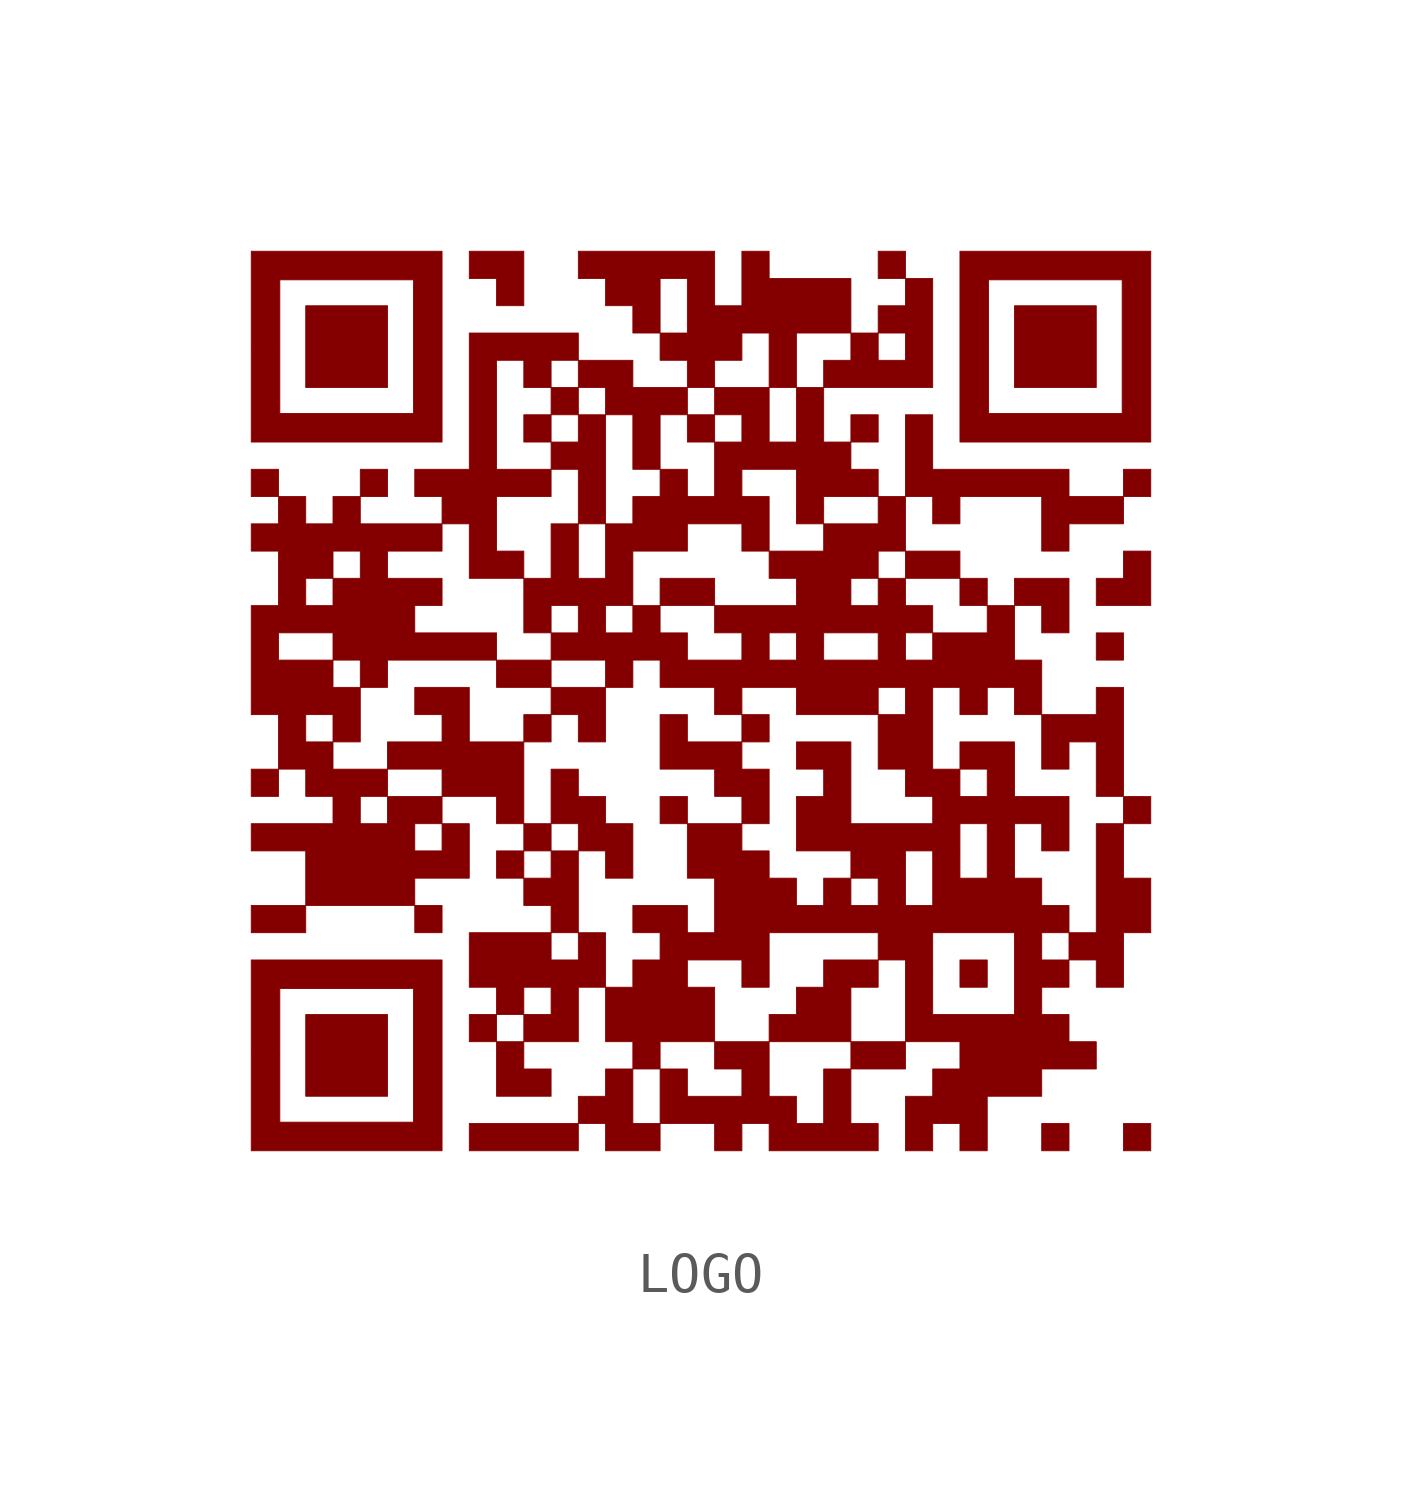
<source format=kicad_sym>
(kicad_symbol_lib
  (version 20220914)
  (generator "bitmap2component")
  (generator_version "9.0")
  (symbol "LOGO"
    (pin_names
      (offset 1.016))
    (property "Reference" "#G"
      (at 0 11.866 0)
      (effects (font (size 1.27 1.27)) hide))
    (symbol "LOGO_0_0"
      (polyline (pts (xy -6.419 -8.784) (xy -6.419 -6.419) (xy -8.784 -6.419) (xy -11.149 -6.419) (xy -11.149 -8.784) (xy -10.44 -8.784) (xy -10.44 -7.128) (xy -8.784 -7.128) (xy -7.128 -7.128) (xy -7.128 -8.784) (xy -7.128 -10.44) (xy -8.784 -10.44) (xy -10.44 -10.44) (xy -10.44 -8.784) (xy -11.149 -8.784) (xy -11.149 -11.149) (xy -8.784 -11.149) (xy -6.419 -11.149) (xy -6.419 -8.784)) (stroke (width 0.01) (type default)) (fill (type outline)))
      (polyline (pts (xy 5.744 -10.811) (xy 5.744 -10.473) (xy 6.081 -10.473) (xy 6.419 -10.473) (xy 6.419 -10.811) (xy 6.419 -11.149) (xy 6.757 -11.149) (xy 7.095 -11.149) (xy 7.095 -10.473) (xy 7.095 -9.798) (xy 7.771 -9.798) (xy 8.446 -9.798) (xy 8.446 -9.46) (xy 8.446 -9.122) (xy 9.122 -9.122) (xy 9.798 -9.122) (xy 9.798 -8.784) (xy 9.798 -8.446) (xy 9.46 -8.446) (xy 9.122 -8.446) (xy 9.122 -8.108) (xy 9.122 -7.771) (xy 8.784 -7.771) (xy 8.446 -7.771) (xy 8.446 -7.433) (xy 8.446 -7.095) (xy 8.784 -7.095) (xy 9.122 -7.095) (xy 9.122 -6.757) (xy 9.122 -6.419) (xy 9.46 -6.419) (xy 9.798 -6.419) (xy 9.798 -6.757) (xy 9.798 -7.095) (xy 10.136 -7.095) (xy 10.473 -7.095) (xy 10.473 -6.419) (xy 10.473 -5.744) (xy 10.811 -5.744) (xy 11.149 -5.744) (xy 11.149 -5.068) (xy 11.149 -4.392) (xy 10.811 -4.392) (xy 10.473 -4.392) (xy 10.473 -3.716) (xy 10.473 -3.041) (xy 10.136 -3.041) (xy 9.798 -3.041) (xy 9.798 -4.392) (xy 9.798 -5.744) (xy 9.46 -5.744) (xy 9.122 -5.744) (xy 9.122 -5.406) (xy 9.122 -5.068) (xy 8.784 -5.068) (xy 8.446 -5.068) (xy 8.446 -4.73) (xy 8.446 -4.392) (xy 8.108 -4.392) (xy 7.771 -4.392) (xy 7.771 -3.716) (xy 7.771 -3.041) (xy 8.108 -3.041) (xy 8.446 -3.041) (xy 8.446 -3.378) (xy 8.446 -3.716) (xy 8.784 -3.716) (xy 9.122 -3.716) (xy 9.122 -3.041) (xy 9.122 -2.365) (xy 8.446 -2.365) (xy 7.771 -2.365) (xy 7.771 -1.689) (xy 7.771 -1.014) (xy 7.095 -1.014) (xy 6.419 -1.014) (xy 6.419 -1.351) (xy 6.419 -1.689) (xy 6.757 -1.689) (xy 7.095 -1.689) (xy 7.095 -2.027) (xy 7.095 -2.365) (xy 6.757 -2.365) (xy 6.419 -2.365) (xy 6.419 -2.027) (xy 6.419 -1.689) (xy 6.081 -1.689) (xy 5.744 -1.689) (xy 5.744 -0.676) (xy 5.744 0.338) (xy 6.081 0.338) (xy 6.419 0.338) (xy 6.419 0) (xy 6.419 -0.338) (xy 6.757 -0.338) (xy 7.095 -0.338) (xy 7.095 0) (xy 7.095 0.338) (xy 7.433 0.338) (xy 7.771 0.338) (xy 7.771 0) (xy 7.771 -0.338) (xy 8.108 -0.338) (xy 8.446 -0.338) (xy 8.446 -1.014) (xy 8.446 -1.689) (xy 8.784 -1.689) (xy 9.122 -1.689) (xy 9.122 -1.351) (xy 9.122 -1.014) (xy 9.46 -1.014) (xy 9.798 -1.014) (xy 9.798 -1.689) (xy 9.798 -2.365) (xy 10.136 -2.365) (xy 10.473 -2.365) (xy 10.473 -2.703) (xy 10.473 -3.041) (xy 10.811 -3.041) (xy 11.149 -3.041) (xy 11.149 -2.703) (xy 11.149 -2.365) (xy 10.811 -2.365) (xy 10.473 -2.365) (xy 10.473 -1.014) (xy 10.473 0.338) (xy 10.136 0.338) (xy 9.798 0.338) (xy 9.798 0) (xy 9.798 -0.338) (xy 9.122 -0.338) (xy 8.446 -0.338) (xy 8.446 0.338) (xy 8.446 1.014) (xy 8.108 1.014) (xy 7.771 1.014) (xy 7.771 1.689) (xy 7.771 2.365) (xy 8.108 2.365) (xy 8.446 2.365) (xy 8.446 2.027) (xy 8.446 1.689) (xy 8.784 1.689) (xy 9.122 1.689) (xy 9.122 2.365) (xy 9.122 3.041) (xy 8.446 3.041) (xy 7.771 3.041) (xy 7.771 2.703) (xy 7.771 2.365) (xy 7.433 2.365) (xy 7.095 2.365) (xy 7.095 2.703) (xy 7.095 3.041) (xy 6.757 3.041) (xy 6.419 3.041) (xy 6.419 3.379) (xy 6.419 3.716) (xy 5.744 3.716) (xy 5.068 3.716) (xy 5.068 4.392) (xy 5.068 5.068) (xy 5.406 5.068) (xy 5.744 5.068) (xy 5.744 4.73) (xy 5.744 4.392) (xy 6.081 4.392) (xy 6.419 4.392) (xy 6.419 4.73) (xy 6.419 5.068) (xy 7.433 5.068) (xy 8.446 5.068) (xy 8.446 4.392) (xy 8.446 3.716) (xy 8.784 3.716) (xy 9.122 3.716) (xy 9.122 4.054) (xy 9.122 4.392) (xy 9.798 4.392) (xy 10.473 4.392) (xy 10.473 4.73) (xy 10.473 5.068) (xy 9.798 5.068) (xy 9.122 5.068) (xy 9.122 5.406) (xy 9.122 5.744) (xy 7.433 5.744) (xy 5.744 5.744) (xy 5.744 6.419) (xy 5.744 7.095) (xy 5.406 7.095) (xy 5.068 7.095) (xy 5.068 6.081) (xy 5.068 5.068) (xy 4.73 5.068) (xy 4.392 5.068) (xy 4.392 5.406) (xy 4.392 5.744) (xy 4.054 5.744) (xy 3.716 5.744) (xy 3.716 6.081) (xy 3.716 6.419) (xy 3.378 6.419) (xy 3.041 6.419) (xy 3.041 7.095) (xy 3.041 7.771) (xy 2.703 7.771) (xy 2.365 7.771) (xy 2.365 8.446) (xy 2.365 9.122) (xy 3.041 9.122) (xy 3.716 9.122) (xy 3.716 8.784) (xy 4.392 8.784) (xy 4.392 9.122) (xy 4.73 9.122) (xy 5.068 9.122) (xy 5.068 8.784) (xy 5.068 8.446) (xy 4.73 8.446) (xy 4.392 8.446) (xy 4.392 8.784) (xy 3.716 8.784) (xy 3.716 8.446) (xy 3.378 8.446) (xy 3.041 8.446) (xy 3.041 8.108) (xy 3.041 7.771) (xy 4.392 7.771) (xy 5.744 7.771) (xy 5.744 9.122) (xy 5.744 10.473) (xy 5.406 10.473) (xy 5.068 10.473) (xy 5.068 10.811) (xy 5.068 11.149) (xy 4.73 11.149) (xy 4.392 11.149) (xy 4.392 10.811) (xy 4.392 10.473) (xy 4.73 10.473) (xy 5.068 10.473) (xy 5.068 10.136) (xy 5.068 9.798) (xy 4.73 9.798) (xy 4.392 9.798) (xy 4.392 9.46) (xy 4.392 9.122) (xy 4.054 9.122) (xy 3.716 9.122) (xy 3.716 9.798) (xy 3.716 10.473) (xy 2.703 10.473) (xy 1.689 10.473) (xy 1.689 10.811) (xy 1.689 11.149) (xy 1.351 11.149) (xy 1.014 11.149) (xy 1.014 10.473) (xy 1.014 9.798) (xy 0.676 9.798) (xy 0.338 9.798) (xy 0.338 10.473) (xy 0.338 11.149) (xy -1.351 11.149) (xy -3.041 11.149) (xy -3.041 10.811) (xy -3.041 10.473) (xy -2.703 10.473) (xy -2.365 10.473) (xy -2.365 10.136) (xy -2.365 9.798) (xy -2.027 9.798) (xy -1.689 9.798) (xy -1.014 9.798) (xy -1.014 10.473) (xy -0.676 10.473) (xy -0.338 10.473) (xy -0.338 9.798) (xy -0.338 9.122) (xy -0.676 9.122) (xy -1.014 9.122) (xy -1.014 9.798) (xy -1.689 9.798) (xy -1.689 9.46) (xy -1.689 9.122) (xy -1.351 9.122) (xy -1.014 9.122) (xy -1.014 8.784) (xy -1.014 8.446) (xy -0.676 8.446) (xy -0.338 8.446) (xy -0.338 8.108) (xy -0.338 7.771) (xy 0 7.771) (xy 0.338 7.771) (xy 0.338 8.108) (xy 0.338 8.446) (xy 0.676 8.446) (xy 1.014 8.446) (xy 1.014 8.784) (xy 1.014 9.122) (xy 1.351 9.122) (xy 1.689 9.122) (xy 1.689 8.446) (xy 1.689 7.771) (xy 2.027 7.771) (xy 2.365 7.771) (xy 2.365 7.095) (xy 2.365 6.419) (xy 2.027 6.419) (xy 1.689 6.419) (xy 1.689 7.095) (xy 1.689 7.771) (xy 1.014 7.771) (xy 0.338 7.771) (xy 0.338 7.433) (xy 0.338 7.095) (xy 0.676 7.095) (xy 1.014 7.095) (xy 1.014 6.757) (xy 1.014 6.419) (xy 0.676 6.419) (xy 0.338 6.419) (xy 0.338 5.744) (xy 0.338 5.068) (xy 1.014 5.068) (xy 1.014 5.406) (xy 1.014 5.744) (xy 1.689 5.744) (xy 2.365 5.744) (xy 2.365 5.068) (xy 2.365 4.73) (xy 3.041 4.73) (xy 3.041 5.068) (xy 3.716 5.068) (xy 4.392 5.068) (xy 4.392 4.73) (xy 4.392 4.392) (xy 3.716 4.392) (xy 3.041 4.392) (xy 3.041 4.73) (xy 2.365 4.73) (xy 2.365 4.392) (xy 2.703 4.392) (xy 3.041 4.392) (xy 3.041 4.054) (xy 3.041 3.716) (xy 2.365 3.716) (xy 1.689 3.716) (xy 1.689 4.392) (xy 1.689 5.068) (xy 1.351 5.068) (xy 1.014 5.068) (xy 0.338 5.068) (xy 0 5.068) (xy -0.338 5.068) (xy -0.338 5.406) (xy -0.338 5.744) (xy -0.676 5.744) (xy -1.014 5.744) (xy -1.014 5.406) (xy -1.014 5.068) (xy -1.351 5.068) (xy -1.689 5.068) (xy -1.689 4.73) (xy -1.689 4.392) (xy -2.027 4.392) (xy -2.365 4.392) (xy -2.365 3.716) (xy -2.365 3.041) (xy -2.703 3.041) (xy -3.041 3.041) (xy -3.041 3.716) (xy -3.041 4.392) (xy -3.379 4.392) (xy -3.716 4.392) (xy -3.716 3.716) (xy -3.716 3.041) (xy -4.054 3.041) (xy -4.392 3.041) (xy -4.392 3.379) (xy -4.392 3.716) (xy -4.73 3.716) (xy -5.068 3.716) (xy -5.068 4.392) (xy -5.068 5.068) (xy -4.392 5.068) (xy -3.716 5.068) (xy -3.716 5.406) (xy -3.716 5.744) (xy -4.392 5.744) (xy -5.068 5.744) (xy -5.068 7.095) (xy -5.068 8.446) (xy -4.73 8.446) (xy -4.392 8.446) (xy -4.392 8.108) (xy -4.392 7.771) (xy -4.054 7.771) (xy -3.716 7.771) (xy -3.716 8.108) (xy -3.716 8.446) (xy -3.379 8.446) (xy -3.041 8.446) (xy -3.041 8.108) (xy -3.041 7.771) (xy -2.703 7.771) (xy -2.365 7.771) (xy -2.365 7.433) (xy -2.365 7.095) (xy -2.027 7.095) (xy -1.689 7.095) (xy -1.689 6.419) (xy -1.689 5.744) (xy -1.351 5.744) (xy -1.014 5.744) (xy -1.014 6.419) (xy -1.014 7.095) (xy -0.676 7.095) (xy -0.338 7.095) (xy -0.338 7.433) (xy -0.338 7.771) (xy -1.014 7.771) (xy -1.689 7.771) (xy -1.689 8.108) (xy -1.689 8.446) (xy -2.365 8.446) (xy -3.041 8.446) (xy -3.041 8.784) (xy -3.041 9.122) (xy -4.392 9.122) (xy -5.744 9.122) (xy -5.744 7.433) (xy -5.744 5.744) (xy -6.419 5.744) (xy -7.095 5.744) (xy -7.095 5.406) (xy -7.095 5.068) (xy -6.757 5.068) (xy -6.419 5.068) (xy -6.419 4.73) (xy -6.419 4.392) (xy -7.433 4.392) (xy -8.446 4.392) (xy -8.446 4.73) (xy -8.446 5.068) (xy -8.784 5.068) (xy -9.122 5.068) (xy -9.122 4.73) (xy -9.122 4.392) (xy -9.46 4.392) (xy -9.798 4.392) (xy -9.798 4.73) (xy -9.798 5.068) (xy -10.136 5.068) (xy -10.473 5.068) (xy -10.473 5.406) (xy -10.473 5.744) (xy -10.811 5.744) (xy -11.149 5.744) (xy -11.149 5.406) (xy -11.149 5.068) (xy -10.811 5.068) (xy -10.473 5.068) (xy -10.473 4.73) (xy -10.473 4.392) (xy -10.811 4.392) (xy -11.149 4.392) (xy -11.149 4.054) (xy -11.149 3.716) (xy -10.811 3.716) (xy -10.473 3.716) (xy -10.473 3.379) (xy -9.122 3.379) (xy -9.122 3.716) (xy -8.784 3.716) (xy -8.446 3.716) (xy -8.446 3.379) (xy -8.446 3.041) (xy -8.784 3.041) (xy -9.122 3.041) (xy -9.122 3.379) (xy -10.473 3.379) (xy -10.473 3.041) (xy -10.473 2.703) (xy -9.798 2.703) (xy -9.798 3.041) (xy -9.46 3.041) (xy -9.122 3.041) (xy -9.122 2.703) (xy -9.122 2.365) (xy -9.46 2.365) (xy -9.798 2.365) (xy -9.798 2.703) (xy -10.473 2.703) (xy -10.473 2.365) (xy -10.811 2.365) (xy -11.149 2.365) (xy -11.149 1.014) (xy -11.149 -0.338) (xy -10.811 -0.338) (xy -10.473 -0.338) (xy -10.473 -1.014) (xy -10.473 -1.689) (xy -10.811 -1.689) (xy -11.149 -1.689) (xy -11.149 -2.027) (xy -11.149 -2.365) (xy -10.811 -2.365) (xy -10.473 -2.365) (xy -10.473 -2.027) (xy -10.473 -1.689) (xy -10.136 -1.689) (xy -9.798 -1.689) (xy -9.798 -2.027) (xy -9.798 -2.365) (xy -9.46 -2.365) (xy -9.122 -2.365) (xy -9.122 -2.703) (xy -8.446 -2.703) (xy -8.446 -2.365) (xy -8.108 -2.365) (xy -7.771 -2.365) (xy -7.771 -2.703) (xy -7.771 -3.041) (xy -8.108 -3.041) (xy -8.446 -3.041) (xy -8.446 -2.703) (xy -9.122 -2.703) (xy -9.122 -3.041) (xy -10.136 -3.041) (xy -11.149 -3.041) (xy -11.149 -3.378) (xy -7.095 -3.378) (xy -7.095 -3.041) (xy -6.757 -3.041) (xy -6.419 -3.041) (xy -6.419 -3.378) (xy -6.419 -3.716) (xy -6.757 -3.716) (xy -7.095 -3.716) (xy -7.095 -3.378) (xy -11.149 -3.378) (xy -11.149 -3.716) (xy -10.473 -3.716) (xy -9.798 -3.716) (xy -9.798 -4.392) (xy -9.798 -5.068) (xy -10.473 -5.068) (xy -11.149 -5.068) (xy -11.149 -5.406) (xy -11.149 -5.744) (xy -10.473 -5.744) (xy -9.798 -5.744) (xy -9.798 -5.406) (xy -9.798 -5.068) (xy -8.446 -5.068) (xy -7.095 -5.068) (xy -7.095 -5.406) (xy -7.095 -5.744) (xy -6.757 -5.744) (xy -6.419 -5.744) (xy -6.419 -5.406) (xy -6.419 -5.068) (xy -6.757 -5.068) (xy -7.095 -5.068) (xy -7.095 -4.73) (xy -7.095 -4.392) (xy -6.419 -4.392) (xy -5.744 -4.392) (xy -5.744 -3.716) (xy -5.744 -3.041) (xy -6.081 -3.041) (xy -6.419 -3.041) (xy -6.419 -2.703) (xy -6.419 -2.365) (xy -5.744 -2.365) (xy -5.068 -2.365) (xy -5.068 -2.703) (xy -5.068 -3.041) (xy -4.73 -3.041) (xy -4.392 -3.041) (xy -4.392 -3.378) (xy -4.392 -3.716) (xy -4.054 -3.716) (xy -3.716 -3.716) (xy -3.716 -3.378) (xy -3.716 -3.041) (xy -4.054 -3.041) (xy -4.392 -3.041) (xy -4.392 -2.027) (xy -4.392 -1.014) (xy -5.068 -1.014) (xy -5.744 -1.014) (xy -5.744 -0.338) (xy -5.744 0.338) (xy -6.419 0.338) (xy -7.095 0.338) (xy -7.095 0) (xy -7.095 -0.338) (xy -6.757 -0.338) (xy -6.419 -0.338) (xy -6.419 -0.676) (xy -6.419 -1.014) (xy -7.095 -1.014) (xy -7.771 -1.014) (xy -7.771 -1.351) (xy -7.771 -1.689) (xy -7.095 -1.689) (xy -6.419 -1.689) (xy -6.419 -2.027) (xy -6.419 -2.365) (xy -7.095 -2.365) (xy -7.771 -2.365) (xy -7.771 -2.027) (xy -7.771 -1.689) (xy -8.446 -1.689) (xy -9.122 -1.689) (xy -9.122 -1.351) (xy -9.122 -1.014) (xy -9.46 -1.014) (xy -9.798 -1.014) (xy -9.798 -0.676) (xy -9.798 -0.338) (xy -9.46 -0.338) (xy -9.122 -0.338) (xy -9.122 -0.676) (xy -9.122 -1.014) (xy -8.784 -1.014) (xy -8.446 -1.014) (xy -8.446 -0.338) (xy -8.446 0.338) (xy -8.784 0.338) (xy -9.122 0.338) (xy -9.122 0.676) (xy -9.122 1.014) (xy -9.798 1.014) (xy -10.473 1.014) (xy -10.473 1.351) (xy -10.473 1.689) (xy -9.798 1.689) (xy -9.122 1.689) (xy -9.122 1.351) (xy -9.122 1.014) (xy -8.784 1.014) (xy -8.446 1.014) (xy -8.446 0.676) (xy -8.446 0.338) (xy -8.108 0.338) (xy -7.771 0.338) (xy -7.771 0.676) (xy -7.771 1.014) (xy -6.419 1.014) (xy -5.068 1.014) (xy -5.068 1.351) (xy -5.068 1.689) (xy -6.081 1.689) (xy -7.095 1.689) (xy -7.095 2.027) (xy -7.095 2.365) (xy -6.757 2.365) (xy -6.419 2.365) (xy -6.419 2.703) (xy -6.419 3.041) (xy -7.095 3.041) (xy -7.771 3.041) (xy -7.771 3.379) (xy -7.771 3.716) (xy -7.095 3.716) (xy -6.419 3.716) (xy -6.419 4.054) (xy -6.419 4.392) (xy -6.081 4.392) (xy -5.744 4.392) (xy -5.744 3.716) (xy -5.744 3.041) (xy -5.068 3.041) (xy -4.392 3.041) (xy -4.392 2.365) (xy -4.392 2.027) (xy -3.716 2.027) (xy -3.716 2.365) (xy -3.379 2.365) (xy -3.041 2.365) (xy -3.041 2.027) (xy -3.041 1.689) (xy -2.365 1.689) (xy -2.365 2.027) (xy -2.365 2.365) (xy -2.027 2.365) (xy -1.689 2.365) (xy -1.689 3.041) (xy -1.689 3.716) (xy -1.014 3.716) (xy -0.338 3.716) (xy -0.338 4.054) (xy -0.338 4.392) (xy 0.338 4.392) (xy 1.014 4.392) (xy 1.014 4.054) (xy 1.014 3.716) (xy 1.351 3.716) (xy 1.689 3.716) (xy 1.689 3.379) (xy 1.689 3.041) (xy 2.027 3.041) (xy 2.365 3.041) (xy 2.365 2.703) (xy 2.365 2.365) (xy 3.716 2.365) (xy 3.716 2.703) (xy 3.716 3.041) (xy 4.054 3.041) (xy 4.392 3.041) (xy 4.392 3.379) (xy 4.392 3.716) (xy 4.73 3.716) (xy 5.068 3.716) (xy 5.068 3.379) (xy 5.068 3.041) (xy 5.744 3.041) (xy 6.419 3.041) (xy 6.419 2.703) (xy 6.419 2.365) (xy 6.757 2.365) (xy 7.095 2.365) (xy 7.095 2.027) (xy 7.095 1.689) (xy 6.419 1.689) (xy 5.744 1.689) (xy 5.744 2.027) (xy 5.744 2.365) (xy 5.406 2.365) (xy 5.068 2.365) (xy 5.068 2.703) (xy 5.068 3.041) (xy 4.73 3.041) (xy 4.392 3.041) (xy 4.392 2.703) (xy 4.392 2.365) (xy 4.054 2.365) (xy 3.716 2.365) (xy 2.365 2.365) (xy 1.351 2.365) (xy 0.338 2.365) (xy 0.338 2.027) (xy 0.338 1.689) (xy 0.676 1.689) (xy 1.014 1.689) (xy 1.014 1.351) (xy 1.689 1.351) (xy 1.689 1.689) (xy 2.027 1.689) (xy 2.365 1.689) (xy 2.365 1.351) (xy 3.041 1.351) (xy 3.041 1.689) (xy 3.716 1.689) (xy 4.392 1.689) (xy 4.392 1.351) (xy 5.068 1.351) (xy 5.068 1.689) (xy 5.406 1.689) (xy 5.744 1.689) (xy 5.744 1.351) (xy 5.744 1.014) (xy 5.406 1.014) (xy 5.068 1.014) (xy 5.068 1.351) (xy 4.392 1.351) (xy 4.392 1.014) (xy 3.716 1.014) (xy 3.041 1.014) (xy 3.041 1.351) (xy 2.365 1.351) (xy 2.365 1.014) (xy 2.027 1.014) (xy 1.689 1.014) (xy 1.689 1.351) (xy 1.014 1.351) (xy 1.014 1.014) (xy 0.338 1.014) (xy -0.338 1.014) (xy -0.338 1.351) (xy -0.338 1.689) (xy -0.676 1.689) (xy -1.014 1.689) (xy -1.014 2.027) (xy -1.014 2.365) (xy -1.351 2.365) (xy -1.689 2.365) (xy -1.689 2.027) (xy -1.689 1.689) (xy -2.027 1.689) (xy -2.365 1.689) (xy -3.041 1.689) (xy -3.379 1.689) (xy -3.716 1.689) (xy -3.716 2.027) (xy -4.392 2.027) (xy -4.392 1.689) (xy -4.054 1.689) (xy -3.716 1.689) (xy -3.716 1.351) (xy -3.716 1.014) (xy -3.041 1.014) (xy -2.365 1.014) (xy -2.365 0.676) (xy -2.365 0.338) (xy -2.027 0.338) (xy -1.689 0.338) (xy -1.689 0.676) (xy -1.689 1.014) (xy -1.351 1.014) (xy -1.014 1.014) (xy -1.014 0.676) (xy -1.014 0.338) (xy -0.338 0.338) (xy 0.338 0.338) (xy 0.338 0) (xy 0.338 -0.338) (xy 0.676 -0.338) (xy 1.014 -0.338) (xy 1.014 0) (xy 1.014 0.338) (xy 1.689 0.338) (xy 2.365 0.338) (xy 2.365 0) (xy 4.392 0) (xy 4.392 0.338) (xy 4.73 0.338) (xy 5.068 0.338) (xy 5.068 0) (xy 5.068 -0.338) (xy 4.73 -0.338) (xy 4.392 -0.338) (xy 4.392 0) (xy 2.365 0) (xy 2.365 -0.338) (xy 3.378 -0.338) (xy 4.392 -0.338) (xy 4.392 -1.014) (xy 4.392 -1.689) (xy 4.73 -1.689) (xy 5.068 -1.689) (xy 5.068 -2.027) (xy 5.068 -2.365) (xy 5.406 -2.365) (xy 5.744 -2.365) (xy 5.744 -2.703) (xy 5.744 -3.041) (xy 4.73 -3.041) (xy 3.716 -3.041) (xy 3.716 -2.027) (xy 3.716 -1.014) (xy 3.041 -1.014) (xy 2.365 -1.014) (xy 2.365 -1.351) (xy 2.365 -1.689) (xy 2.703 -1.689) (xy 3.041 -1.689) (xy 3.041 -2.027) (xy 3.041 -2.365) (xy 2.703 -2.365) (xy 2.365 -2.365) (xy 2.365 -3.041) (xy 2.365 -3.716) (xy 3.041 -3.716) (xy 3.716 -3.716) (xy 3.716 -4.054) (xy 3.716 -4.392) (xy 4.054 -4.392) (xy 4.392 -4.392) (xy 5.068 -4.392) (xy 5.068 -3.716) (xy 5.406 -3.716) (xy 5.744 -3.716) (xy 6.419 -3.716) (xy 6.419 -3.041) (xy 6.757 -3.041) (xy 7.095 -3.041) (xy 7.095 -3.716) (xy 7.095 -4.392) (xy 6.757 -4.392) (xy 6.419 -4.392) (xy 6.419 -3.716) (xy 5.744 -3.716) (xy 5.744 -4.392) (xy 5.744 -5.068) (xy 5.406 -5.068) (xy 5.068 -5.068) (xy 5.068 -4.392) (xy 4.392 -4.392) (xy 4.392 -4.73) (xy 4.392 -5.068) (xy 4.054 -5.068) (xy 3.716 -5.068) (xy 3.716 -4.73) (xy 3.716 -4.392) (xy 3.378 -4.392) (xy 3.041 -4.392) (xy 3.041 -4.73) (xy 3.041 -5.068) (xy 2.703 -5.068) (xy 2.365 -5.068) (xy 2.365 -4.73) (xy 2.365 -4.392) (xy 2.027 -4.392) (xy 1.689 -4.392) (xy 1.689 -4.054) (xy 1.689 -3.716) (xy 1.351 -3.716) (xy 1.014 -3.716) (xy 1.014 -3.378) (xy 1.014 -3.041) (xy 0.338 -3.041) (xy -0.338 -3.041) (xy -0.338 -3.716) (xy -0.338 -4.392) (xy 0 -4.392) (xy 0.338 -4.392) (xy 0.338 -5.068) (xy 0.338 -5.744) (xy 0 -5.744) (xy -0.338 -5.744) (xy -0.338 -5.406) (xy -0.338 -5.068) (xy -1.014 -5.068) (xy -1.689 -5.068) (xy -1.689 -5.406) (xy -1.689 -5.744) (xy -1.351 -5.744) (xy -1.014 -5.744) (xy -1.014 -6.081) (xy -1.014 -6.419) (xy -1.351 -6.419) (xy -1.689 -6.419) (xy -1.689 -6.757) (xy -1.689 -7.095) (xy -2.027 -7.095) (xy -2.365 -7.095) (xy -2.365 -6.419) (xy -2.365 -5.744) (xy -2.703 -5.744) (xy -3.041 -5.744) (xy -3.041 -6.081) (xy -3.041 -6.419) (xy -3.379 -6.419) (xy -3.716 -6.419) (xy -3.716 -6.081) (xy -3.716 -5.744) (xy -4.73 -5.744) (xy -5.744 -5.744) (xy -5.744 -6.419) (xy -5.744 -7.095) (xy -5.406 -7.095) (xy -5.068 -7.095) (xy -5.068 -7.433) (xy -4.392 -7.433) (xy -4.392 -7.095) (xy -4.054 -7.095) (xy -3.716 -7.095) (xy -3.716 -7.433) (xy -3.716 -7.771) (xy -4.054 -7.771) (xy -4.392 -7.771) (xy -4.392 -7.433) (xy -5.068 -7.433) (xy -5.068 -7.771) (xy -5.406 -7.771) (xy -5.744 -7.771) (xy -5.744 -8.108) (xy -5.744 -8.446) (xy -5.406 -8.446) (xy -5.068 -8.446) (xy -5.068 -9.122) (xy -5.068 -9.798) (xy -4.392 -9.798) (xy -3.716 -9.798) (xy -3.716 -9.46) (xy -3.716 -9.122) (xy -4.054 -9.122) (xy -4.392 -9.122) (xy -4.392 -8.784) (xy -4.392 -8.446) (xy -4.73 -8.446) (xy -5.068 -8.446) (xy -5.068 -8.108) (xy -5.068 -7.771) (xy -4.73 -7.771) (xy -4.392 -7.771) (xy -4.392 -8.108) (xy -4.392 -8.446) (xy -3.716 -8.446) (xy -3.041 -8.446) (xy -3.041 -7.771) (xy -3.041 -7.095) (xy -2.703 -7.095) (xy -2.365 -7.095) (xy -2.365 -7.771) (xy -2.365 -8.446) (xy -2.027 -8.446) (xy -1.689 -8.446) (xy -1.689 -8.784) (xy -1.689 -9.122) (xy -1.351 -9.122) (xy -1.014 -9.122) (xy -1.014 -8.784) (xy -1.014 -8.446) (xy -0.338 -8.446) (xy 0.338 -8.446) (xy 0.338 -7.771) (xy 0.338 -7.095) (xy 0 -7.095) (xy -0.338 -7.095) (xy -0.338 -6.757) (xy -0.338 -6.419) (xy 0.338 -6.419) (xy 1.014 -6.419) (xy 1.014 -6.757) (xy 1.014 -7.095) (xy 1.351 -7.095) (xy 1.689 -7.095) (xy 1.689 -6.419) (xy 1.689 -5.744) (xy 3.041 -5.744) (xy 4.392 -5.744) (xy 4.392 -6.081) (xy 4.392 -6.419) (xy 4.73 -6.419) (xy 5.068 -6.419) (xy 5.068 -6.757) (xy 5.744 -6.757) (xy 5.744 -5.744) (xy 6.757 -5.744) (xy 7.771 -5.744) (xy 7.771 -6.081) (xy 8.446 -6.081) (xy 8.446 -5.744) (xy 8.784 -5.744) (xy 9.122 -5.744) (xy 9.122 -6.081) (xy 9.122 -6.419) (xy 8.784 -6.419) (xy 8.446 -6.419) (xy 8.446 -6.081) (xy 7.771 -6.081) (xy 7.771 -6.757) (xy 7.771 -7.771) (xy 6.757 -7.771) (xy 5.744 -7.771) (xy 5.744 -6.757) (xy 5.068 -6.757) (xy 5.068 -7.433) (xy 5.068 -8.446) (xy 4.392 -8.446) (xy 3.716 -8.446) (xy 3.716 -8.784) (xy 3.716 -9.122) (xy 4.392 -9.122) (xy 5.068 -9.122) (xy 5.068 -8.784) (xy 5.068 -8.446) (xy 5.744 -8.446) (xy 6.419 -8.446) (xy 6.419 -8.784) (xy 6.419 -9.122) (xy 6.081 -9.122) (xy 5.744 -9.122) (xy 5.744 -9.46) (xy 5.744 -9.798) (xy 5.406 -9.798) (xy 5.068 -9.798) (xy 5.068 -10.473) (xy 5.068 -11.149) (xy 5.406 -11.149) (xy 5.744 -11.149) (xy 5.744 -10.811)) (stroke (width 0.01) (type default)) (fill (type outline)))
      (polyline (pts (xy 4.392 6.757) (xy 4.392 7.095) (xy 4.054 7.095) (xy 3.716 7.095) (xy 3.716 6.757) (xy 3.716 6.419) (xy 4.054 6.419) (xy 4.392 6.419) (xy 4.392 6.757)) (stroke (width 0.01) (type default)) (fill (type outline)))
      (polyline (pts (xy -7.771 5.406) (xy -7.771 5.744) (xy -8.108 5.744) (xy -8.446 5.744) (xy -8.446 5.406) (xy -8.446 5.068) (xy -8.108 5.068) (xy -7.771 5.068) (xy -7.771 5.406)) (stroke (width 0.01) (type default)) (fill (type outline)))
      (polyline (pts (xy 11.149 5.406) (xy 11.149 5.744) (xy 10.811 5.744) (xy 10.473 5.744) (xy 10.473 5.406) (xy 10.473 5.068) (xy 10.811 5.068) (xy 11.149 5.068) (xy 11.149 5.406)) (stroke (width 0.01) (type default)) (fill (type outline)))
      (polyline (pts (xy -3.041 -4.73) (xy -3.041 -3.716) (xy -3.379 -3.716) (xy -3.716 -3.716) (xy -3.716 -4.054) (xy -3.716 -4.392) (xy -4.054 -4.392) (xy -4.392 -4.392) (xy -4.392 -4.054) (xy -4.392 -3.716) (xy -4.73 -3.716) (xy -5.068 -3.716) (xy -5.068 -4.054) (xy -5.068 -4.392) (xy -4.73 -4.392) (xy -4.392 -4.392) (xy -4.392 -4.73) (xy -4.392 -5.068) (xy -4.054 -5.068) (xy -3.716 -5.068) (xy -3.716 -5.406) (xy -3.716 -5.744) (xy -3.379 -5.744) (xy -3.041 -5.744) (xy -3.041 -4.73)) (stroke (width 0.01) (type default)) (fill (type outline)))
      (polyline (pts (xy -3.041 -10.811) (xy -3.041 -10.473) (xy -2.703 -10.473) (xy -2.365 -10.473) (xy -2.365 -10.811) (xy -2.365 -11.149) (xy -1.689 -11.149) (xy -1.014 -11.149) (xy -1.014 -10.811) (xy -1.014 -10.473) (xy -0.338 -10.473) (xy 0.338 -10.473) (xy 0.338 -10.811) (xy 0.338 -11.149) (xy 0.676 -11.149) (xy 1.014 -11.149) (xy 1.014 -10.811) (xy 1.014 -10.473) (xy 1.351 -10.473) (xy 1.689 -10.473) (xy 1.689 -10.811) (xy 1.689 -11.149) (xy 3.041 -11.149) (xy 4.392 -11.149) (xy 4.392 -10.811) (xy 4.392 -10.473) (xy 4.054 -10.473) (xy 3.716 -10.473) (xy 3.716 -9.798) (xy 3.716 -9.122) (xy 3.378 -9.122) (xy 3.041 -9.122) (xy 3.041 -9.798) (xy 3.041 -10.473) (xy 2.703 -10.473) (xy 2.365 -10.473) (xy 2.365 -10.136) (xy 2.365 -9.798) (xy 2.027 -9.798) (xy 1.689 -9.798) (xy 1.689 -9.122) (xy 1.689 -8.446) (xy 1.014 -8.446) (xy 0.338 -8.446) (xy 0.338 -8.784) (xy 0.338 -9.122) (xy 0.676 -9.122) (xy 1.014 -9.122) (xy 1.014 -9.46) (xy 1.014 -9.798) (xy 0.338 -9.798) (xy -0.338 -9.798) (xy -0.338 -9.46) (xy -0.338 -9.122) (xy -0.676 -9.122) (xy -1.014 -9.122) (xy -1.014 -9.798) (xy -1.014 -10.473) (xy -1.351 -10.473) (xy -1.689 -10.473) (xy -1.689 -9.798) (xy -1.689 -9.122) (xy -2.027 -9.122) (xy -2.365 -9.122) (xy -2.365 -9.46) (xy -2.365 -9.798) (xy -2.703 -9.798) (xy -3.041 -9.798) (xy -3.041 -10.136) (xy -3.041 -10.473) (xy -4.392 -10.473) (xy -5.744 -10.473) (xy -5.744 -10.811) (xy -5.744 -11.149) (xy -4.392 -11.149) (xy -3.041 -11.149) (xy -3.041 -10.811)) (stroke (width 0.01) (type default)) (fill (type outline)))
      (polyline (pts (xy 9.122 -10.811) (xy 9.122 -10.473) (xy 8.784 -10.473) (xy 8.446 -10.473) (xy 8.446 -10.811) (xy 8.446 -11.149) (xy 8.784 -11.149) (xy 9.122 -11.149) (xy 9.122 -10.811)) (stroke (width 0.01) (type default)) (fill (type outline)))
      (polyline (pts (xy 11.149 -10.811) (xy 11.149 -10.473) (xy 10.811 -10.473) (xy 10.473 -10.473) (xy 10.473 -10.811) (xy 10.473 -11.149) (xy 10.811 -11.149) (xy 11.149 -11.149) (xy 11.149 -10.811)) (stroke (width 0.01) (type default)) (fill (type outline)))
      (polyline (pts (xy 10.473 1.351) (xy 10.473 1.689) (xy 10.136 1.689) (xy 9.798 1.689) (xy 9.798 1.351) (xy 9.798 1.014) (xy 10.136 1.014) (xy 10.473 1.014) (xy 10.473 1.351)) (stroke (width 0.01) (type default)) (fill (type outline)))
      (polyline (pts (xy 11.149 3.041) (xy 11.149 3.716) (xy 10.811 3.716) (xy 10.473 3.716) (xy 10.473 3.379) (xy 10.473 3.041) (xy 10.136 3.041) (xy 9.798 3.041) (xy 9.798 2.703) (xy 9.798 2.365) (xy 10.473 2.365) (xy 11.149 2.365) (xy 11.149 3.041)) (stroke (width 0.01) (type default)) (fill (type outline)))
      (polyline (pts (xy -6.419 8.784) (xy -6.419 11.149) (xy -8.784 11.149) (xy -11.149 11.149) (xy -11.149 8.784) (xy -10.44 8.784) (xy -10.44 10.44) (xy -8.784 10.44) (xy -7.128 10.44) (xy -7.128 8.784) (xy -7.128 7.128) (xy -8.784 7.128) (xy -10.44 7.128) (xy -10.44 8.784) (xy -11.149 8.784) (xy -11.149 6.419) (xy -8.784 6.419) (xy -6.419 6.419) (xy -6.419 8.784)) (stroke (width 0.01) (type default)) (fill (type outline)))
      (polyline (pts (xy 11.149 8.784) (xy 11.149 11.149) (xy 8.784 11.149) (xy 6.419 11.149) (xy 6.419 8.784) (xy 7.128 8.784) (xy 7.128 10.44) (xy 8.784 10.44) (xy 10.44 10.44) (xy 10.44 8.784) (xy 10.44 7.128) (xy 8.784 7.128) (xy 7.128 7.128) (xy 7.128 8.784) (xy 6.419 8.784) (xy 6.419 6.419) (xy 8.784 6.419) (xy 11.149 6.419) (xy 11.149 8.784)) (stroke (width 0.01) (type default)) (fill (type outline)))
      (polyline (pts (xy -4.392 10.473) (xy -4.392 11.149) (xy -5.068 11.149) (xy -5.744 11.149) (xy -5.744 10.811) (xy -5.744 10.473) (xy -5.406 10.473) (xy -5.068 10.473) (xy -5.068 10.136) (xy -5.068 9.798) (xy -4.73 9.798) (xy -4.392 9.798) (xy -4.392 10.473)) (stroke (width 0.01) (type default)) (fill (type outline)))
      (polyline (pts (xy -7.771 -8.784) (xy -7.771 -7.771) (xy -8.784 -7.771) (xy -9.798 -7.771) (xy -9.798 -8.784) (xy -9.798 -9.798) (xy -8.784 -9.798) (xy -7.771 -9.798) (xy -7.771 -8.784)) (stroke (width 0.01) (type default)) (fill (type outline)))
      (polyline (pts (xy 3.716 -7.771) (xy 3.716 -7.095) (xy 4.054 -7.095) (xy 4.392 -7.095) (xy 4.392 -6.757) (xy 4.392 -6.419) (xy 3.716 -6.419) (xy 3.041 -6.419) (xy 3.041 -6.757) (xy 3.041 -7.095) (xy 2.703 -7.095) (xy 2.365 -7.095) (xy 2.365 -7.433) (xy 2.365 -7.771) (xy 2.027 -7.771) (xy 1.689 -7.771) (xy 1.689 -8.108) (xy 1.689 -8.446) (xy 2.703 -8.446) (xy 3.716 -8.446) (xy 3.716 -7.771)) (stroke (width 0.01) (type default)) (fill (type outline)))
      (polyline (pts (xy 7.095 -6.757) (xy 7.095 -6.419) (xy 6.757 -6.419) (xy 6.419 -6.419) (xy 6.419 -6.757) (xy 6.419 -7.095) (xy 6.757 -7.095) (xy 7.095 -7.095) (xy 7.095 -6.757)) (stroke (width 0.01) (type default)) (fill (type outline)))
      (polyline (pts (xy -1.689 -3.716) (xy -1.689 -3.041) (xy -2.027 -3.041) (xy -2.365 -3.041) (xy -2.365 -2.703) (xy -2.365 -2.365) (xy -2.703 -2.365) (xy -3.041 -2.365) (xy -3.041 -2.027) (xy -3.041 -1.689) (xy -3.379 -1.689) (xy -3.716 -1.689) (xy -3.716 -2.365) (xy -3.716 -3.041) (xy -3.379 -3.041) (xy -3.041 -3.041) (xy -3.041 -3.378) (xy -3.041 -3.716) (xy -2.703 -3.716) (xy -2.365 -3.716) (xy -2.365 -4.054) (xy -2.365 -4.392) (xy -2.027 -4.392) (xy -1.689 -4.392) (xy -1.689 -3.716)) (stroke (width 0.01) (type default)) (fill (type outline)))
      (polyline (pts (xy -0.338 -2.703) (xy -0.338 -2.365) (xy -0.676 -2.365) (xy -1.014 -2.365) (xy -1.014 -2.703) (xy -1.014 -3.041) (xy -0.676 -3.041) (xy -0.338 -3.041) (xy -0.338 -2.703)) (stroke (width 0.01) (type default)) (fill (type outline)))
      (polyline (pts (xy 1.689 -2.365) (xy 1.689 -1.689) (xy 1.351 -1.689) (xy 1.014 -1.689) (xy 1.014 -1.351) (xy 1.014 -1.014) (xy 0.338 -1.014) (xy -0.338 -1.014) (xy -0.338 -0.676) (xy -0.338 -0.338) (xy -0.676 -0.338) (xy -1.014 -0.338) (xy -1.014 -1.014) (xy -1.014 -1.689) (xy -0.338 -1.689) (xy 0.338 -1.689) (xy 0.338 -2.027) (xy 0.338 -2.365) (xy 0.676 -2.365) (xy 1.014 -2.365) (xy 1.014 -2.703) (xy 1.014 -3.041) (xy 1.351 -3.041) (xy 1.689 -3.041) (xy 1.689 -2.365)) (stroke (width 0.01) (type default)) (fill (type outline)))
      (polyline (pts (xy 1.689 -0.676) (xy 1.689 -0.338) (xy 1.351 -0.338) (xy 1.014 -0.338) (xy 1.014 -0.676) (xy 1.014 -1.014) (xy 1.351 -1.014) (xy 1.689 -1.014) (xy 1.689 -0.676)) (stroke (width 0.01) (type default)) (fill (type outline)))
      (polyline (pts (xy -3.716 -0.676) (xy -3.716 -0.338) (xy -3.379 -0.338) (xy -3.041 -0.338) (xy -3.041 -0.676) (xy -3.041 -1.014) (xy -2.703 -1.014) (xy -2.365 -1.014) (xy -2.365 -0.338) (xy -2.365 0.338) (xy -3.041 0.338) (xy -3.716 0.338) (xy -3.716 0.676) (xy -3.716 1.014) (xy -4.392 1.014) (xy -5.068 1.014) (xy -5.068 0.676) (xy -5.068 0.338) (xy -4.392 0.338) (xy -3.716 0.338) (xy -3.716 0) (xy -3.716 -0.338) (xy -4.054 -0.338) (xy -4.392 -0.338) (xy -4.392 -0.676) (xy -4.392 -1.014) (xy -4.054 -1.014) (xy -3.716 -1.014) (xy -3.716 -0.676)) (stroke (width 0.01) (type default)) (fill (type outline)))
      (polyline (pts (xy -2.365 5.744) (xy -2.365 7.095) (xy -2.703 7.095) (xy -3.041 7.095) (xy -3.041 7.433) (xy -3.041 7.771) (xy -3.379 7.771) (xy -3.716 7.771) (xy -3.716 7.433) (xy -3.716 7.095) (xy -4.054 7.095) (xy -4.392 7.095) (xy -4.392 6.757) (xy -3.716 6.757) (xy -3.716 7.095) (xy -3.379 7.095) (xy -3.041 7.095) (xy -3.041 6.757) (xy -3.041 6.419) (xy -3.379 6.419) (xy -3.716 6.419) (xy -3.716 6.757) (xy -4.392 6.757) (xy -4.392 6.419) (xy -4.054 6.419) (xy -3.716 6.419) (xy -3.716 6.081) (xy -3.716 5.744) (xy -3.379 5.744) (xy -3.041 5.744) (xy -3.041 5.068) (xy -3.041 4.392) (xy -2.703 4.392) (xy -2.365 4.392) (xy -2.365 5.744)) (stroke (width 0.01) (type default)) (fill (type outline)))
      (polyline (pts (xy 0.338 6.757) (xy 0.338 7.095) (xy 0 7.095) (xy -0.338 7.095) (xy -0.338 6.757) (xy -0.338 6.419) (xy 0 6.419) (xy 0.338 6.419) (xy 0.338 6.757)) (stroke (width 0.01) (type default)) (fill (type outline)))
      (polyline (pts (xy 0.338 2.703) (xy 0.338 3.041) (xy -0.338 3.041) (xy -1.014 3.041) (xy -1.014 2.703) (xy -1.014 2.365) (xy -0.338 2.365) (xy 0.338 2.365) (xy 0.338 2.703)) (stroke (width 0.01) (type default)) (fill (type outline)))
      (polyline (pts (xy -7.771 8.784) (xy -7.771 9.798) (xy -8.784 9.798) (xy -9.798 9.798) (xy -9.798 8.784) (xy -9.798 7.771) (xy -8.784 7.771) (xy -7.771 7.771) (xy -7.771 8.784)) (stroke (width 0.01) (type default)) (fill (type outline)))
      (polyline (pts (xy 9.798 8.784) (xy 9.798 9.798) (xy 8.784 9.798) (xy 7.771 9.798) (xy 7.771 8.784) (xy 7.771 7.771) (xy 8.784 7.771) (xy 9.798 7.771) (xy 9.798 8.784)) (stroke (width 0.01) (type default)) (fill (type outline))))))
</source>
